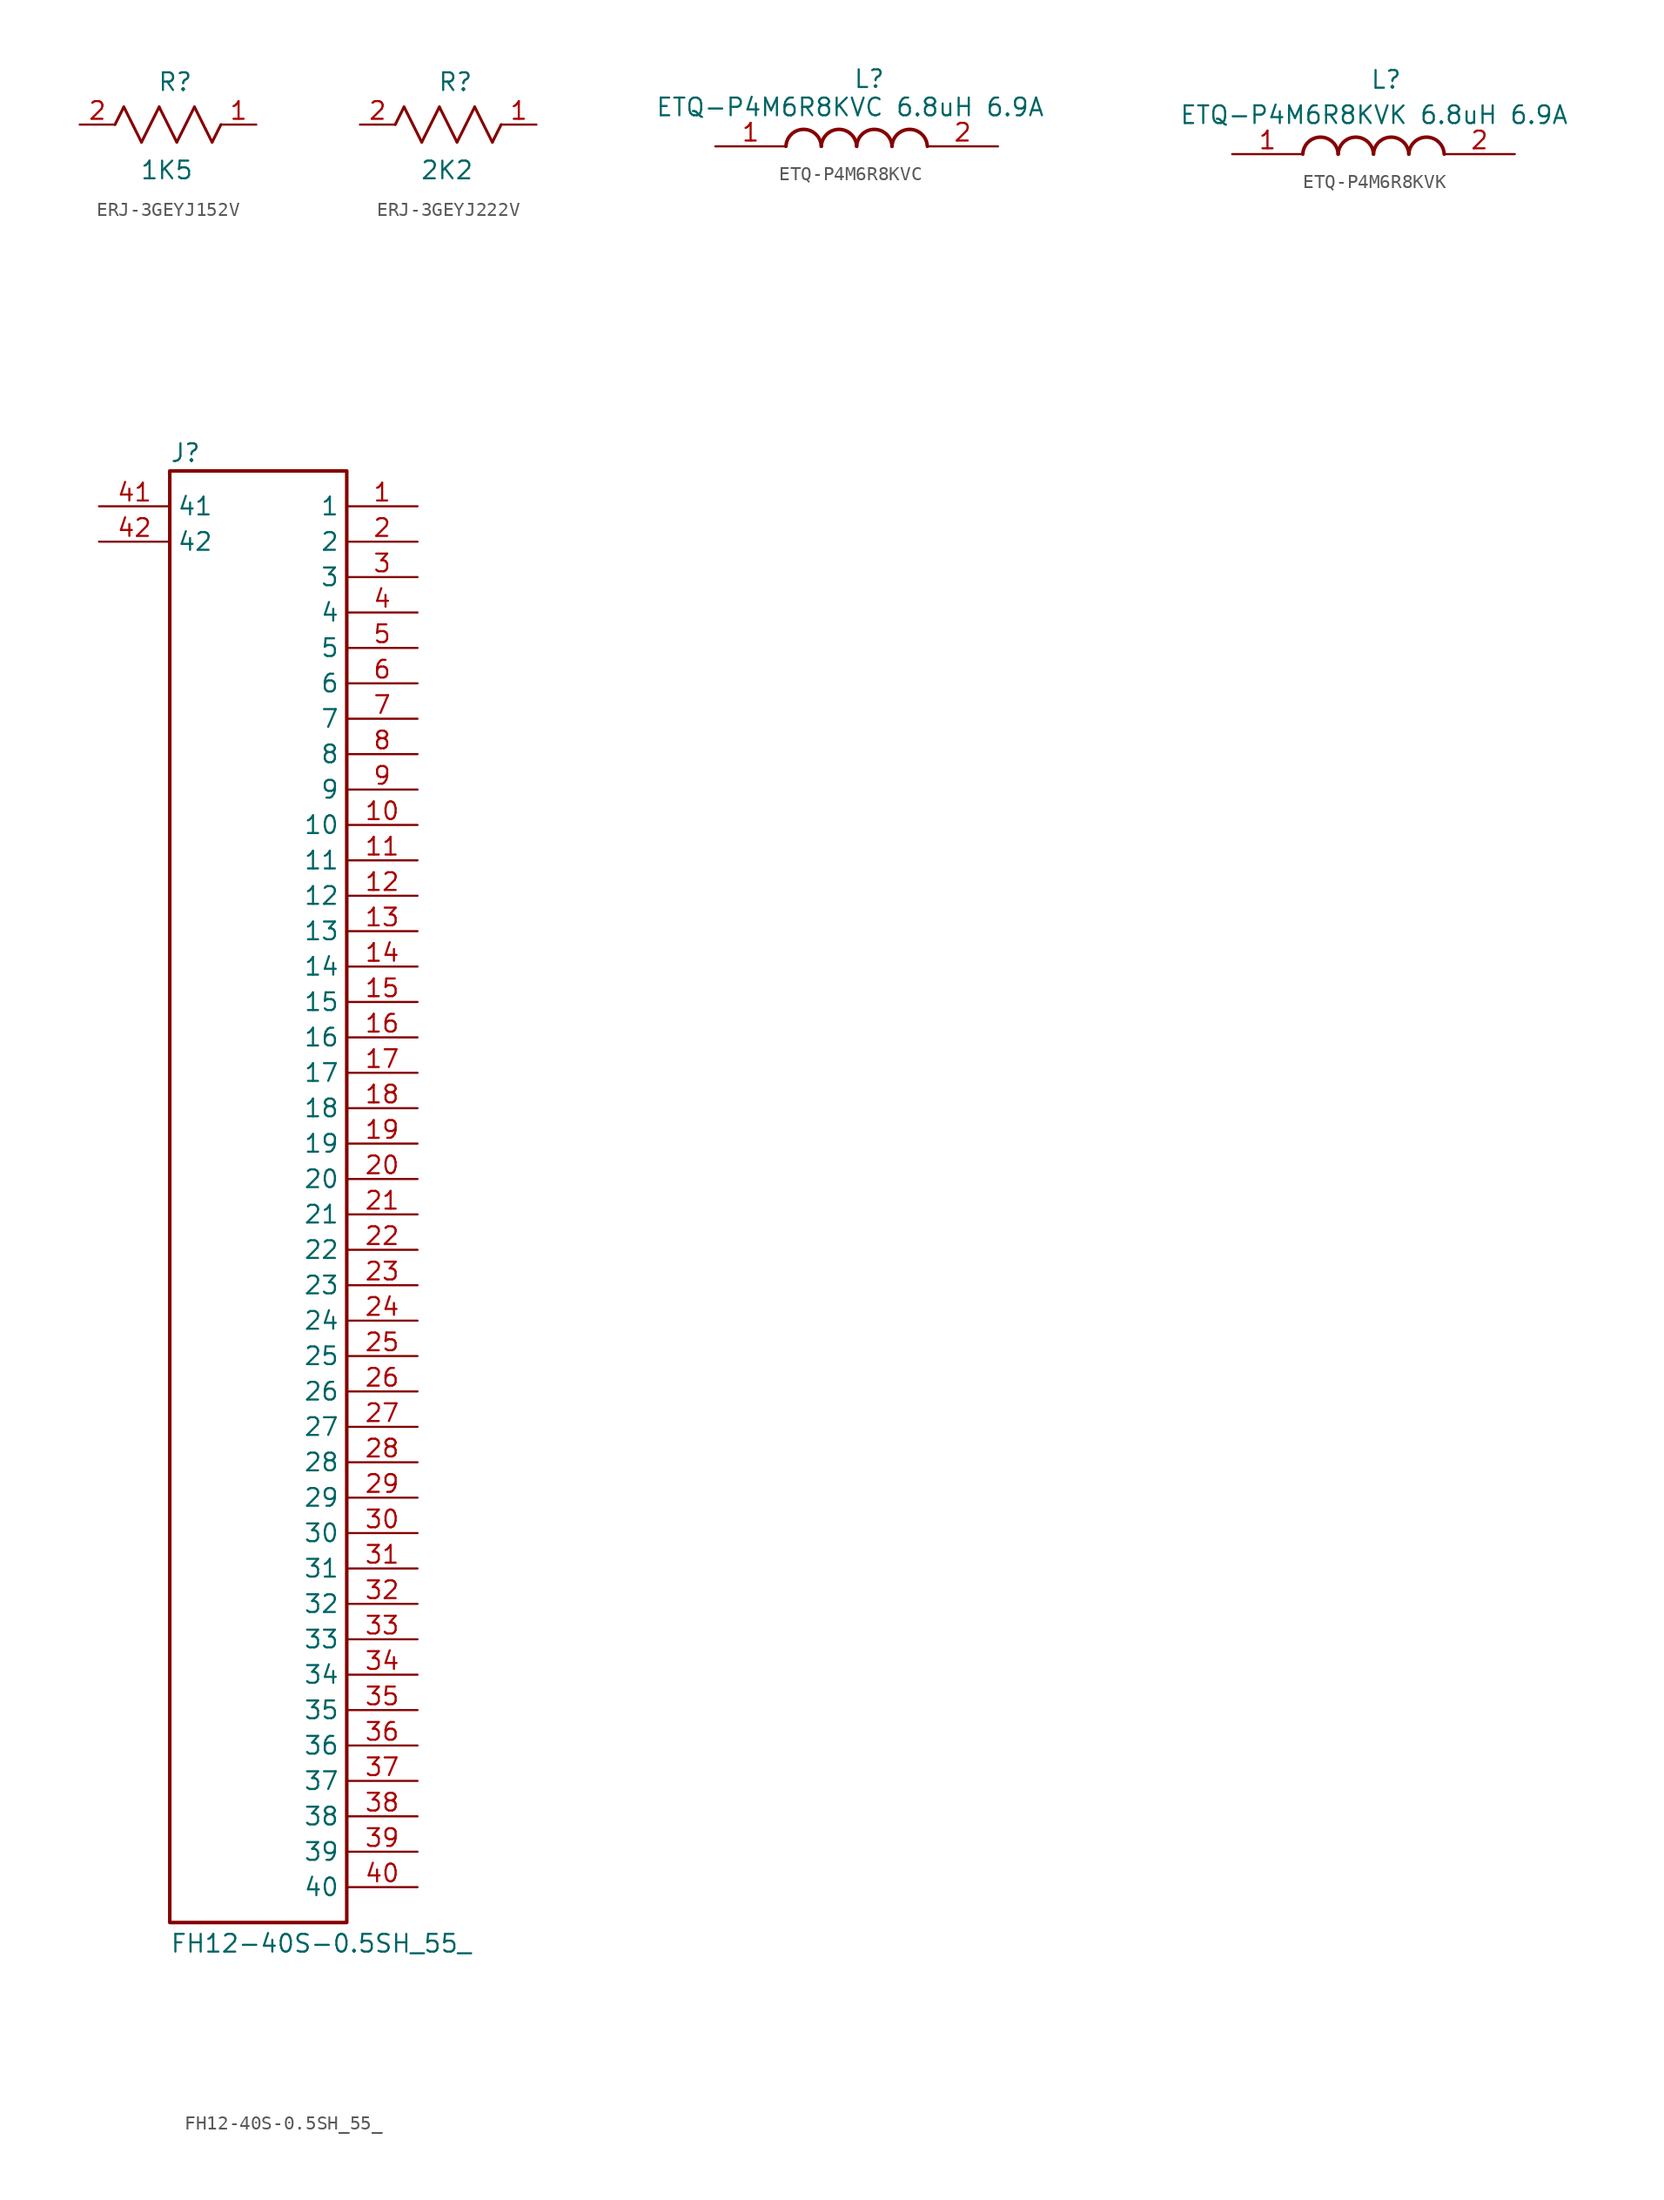
<source format=kicad_sym>
(kicad_symbol_lib
  (version 20241209)
  (generator "kicad_symbol_editor")
  (generator_version "9.0")
  (symbol "ERJ-3GEYJ152V"
    (pin_names
      (hide yes))
    (property "Reference" "R"
      (at -0.762 3.81 0)
      (effects (font (size 1.27 1.27)) (justify left top)))
    (property "Value" "1K5"
      (at -2.032 -2.54 0)
      (effects (font (size 1.27 1.27)) (justify left top)))
    (symbol "ERJ-3GEYJ152V_1_1"
      (polyline (pts (xy -3.81 0) (xy -3.175 1.27)) (stroke (width 0.203) (type default)) (fill (type none)))
      (polyline (pts (xy -3.175 1.27) (xy -1.905 -1.27)) (stroke (width 0.203) (type default)) (fill (type none)))
      (polyline (pts (xy -1.905 -1.27) (xy -0.635 1.27)) (stroke (width 0.203) (type default)) (fill (type none)))
      (polyline (pts (xy -0.635 1.27) (xy 0.635 -1.27)) (stroke (width 0.203) (type default)) (fill (type none)))
      (polyline (pts (xy 0.635 -1.27) (xy 1.905 1.27)) (stroke (width 0.203) (type default)) (fill (type none)))
      (polyline (pts (xy 1.905 1.27) (xy 3.175 -1.27)) (stroke (width 0.203) (type default)) (fill (type none)))
      (polyline (pts (xy 3.175 -1.27) (xy 3.81 0)) (stroke (width 0.203) (type default)) (fill (type none)))
      (pin passive line (at -6.35 0 0) (length 2.54) (name "" (effects (font (size 1.27 1.27)))) (number "2" (effects (font (size 1.27 1.27)))))
      (pin passive line (at 6.35 0 180) (length 2.54) (name "" (effects (font (size 1.27 1.27)))) (number "1" (effects (font (size 1.27 1.27)))))))
  (symbol "ERJ-3GEYJ222V"
    (pin_names
      (hide yes))
    (property "Reference" "R"
      (at -0.762 3.81 0)
      (effects (font (size 1.27 1.27)) (justify left top)))
    (property "Value" "2K2"
      (at -2.032 -2.54 0)
      (effects (font (size 1.27 1.27)) (justify left top)))
    (symbol "ERJ-3GEYJ222V_1_1"
      (polyline (pts (xy -3.81 0) (xy -3.175 1.27)) (stroke (width 0.203) (type default)) (fill (type none)))
      (polyline (pts (xy -3.175 1.27) (xy -1.905 -1.27)) (stroke (width 0.203) (type default)) (fill (type none)))
      (polyline (pts (xy -1.905 -1.27) (xy -0.635 1.27)) (stroke (width 0.203) (type default)) (fill (type none)))
      (polyline (pts (xy -0.635 1.27) (xy 0.635 -1.27)) (stroke (width 0.203) (type default)) (fill (type none)))
      (polyline (pts (xy 0.635 -1.27) (xy 1.905 1.27)) (stroke (width 0.203) (type default)) (fill (type none)))
      (polyline (pts (xy 1.905 1.27) (xy 3.175 -1.27)) (stroke (width 0.203) (type default)) (fill (type none)))
      (polyline (pts (xy 3.175 -1.27) (xy 3.81 0)) (stroke (width 0.203) (type default)) (fill (type none)))
      (pin passive line (at -6.35 0 0) (length 2.54) (name "" (effects (font (size 1.27 1.27)))) (number "2" (effects (font (size 1.27 1.27)))))
      (pin passive line (at 6.35 0 180) (length 2.54) (name "" (effects (font (size 1.27 1.27)))) (number "1" (effects (font (size 1.27 1.27)))))))
  (symbol "ETQ-P4M6R8KVC"
    (pin_names
      (hide yes))
    (property "Reference" "L"
      (at 9.906 5.588 0)
      (effects (font (size 1.27 1.27)) (justify left top)))
    (property "Value" "ETQ-P4M6R8KVC 6.8uH 6.9A"
      (at -4.318 3.556 0)
      (effects (font (size 1.27 1.27)) (justify left top)))
    (symbol "ETQ-P4M6R8KVC_1_1"
      (arc (start 5.08 0) (mid 6.35 1.219) (end 7.62 0) (stroke (width 0.254) (type default)) (fill (type none)))
      (arc (start 7.62 0) (mid 8.89 1.219) (end 10.16 0) (stroke (width 0.254) (type default)) (fill (type none)))
      (arc (start 10.16 0) (mid 11.43 1.219) (end 12.7 0) (stroke (width 0.254) (type default)) (fill (type none)))
      (arc (start 12.7 0) (mid 13.97 1.219) (end 15.24 0) (stroke (width 0.254) (type default)) (fill (type none)))
      (pin passive line (at 0 0 0) (length 5.08) (name "1" (effects (font (size 1.27 1.27)))) (number "1" (effects (font (size 1.27 1.27)))))
      (pin passive line (at 20.32 0 180) (length 5.08) (name "2" (effects (font (size 1.27 1.27)))) (number "2" (effects (font (size 1.27 1.27)))))))
  (symbol "ETQ-P4M6R8KVK"
    (pin_names
      (hide yes))
    (property "Reference" "L"
      (at 9.906 6.096 0)
      (effects (font (size 1.27 1.27)) (justify left top)))
    (property "Value" "ETQ-P4M6R8KVK 6.8uH 6.9A"
      (at -3.81 3.556 0)
      (effects (font (size 1.27 1.27)) (justify left top)))
    (symbol "ETQ-P4M6R8KVK_1_1"
      (arc (start 5.08 0) (mid 6.35 1.219) (end 7.62 0) (stroke (width 0.254) (type default)) (fill (type none)))
      (arc (start 7.62 0) (mid 8.89 1.219) (end 10.16 0) (stroke (width 0.254) (type default)) (fill (type none)))
      (arc (start 10.16 0) (mid 11.43 1.219) (end 12.7 0) (stroke (width 0.254) (type default)) (fill (type none)))
      (arc (start 12.7 0) (mid 13.97 1.219) (end 15.24 0) (stroke (width 0.254) (type default)) (fill (type none)))
      (pin passive line (at 0 0 0) (length 5.08) (name "1" (effects (font (size 1.27 1.27)))) (number "1" (effects (font (size 1.27 1.27)))))
      (pin passive line (at 20.32 0 180) (length 5.08) (name "2" (effects (font (size 1.27 1.27)))) (number "2" (effects (font (size 1.27 1.27)))))))
  (symbol "FH12-40S-0.5SH_55_"
    (property "Reference" "J"
      (at -6.35 52.832 0)
      (effects (font (size 1.27 1.27)) (justify left top)))
    (property "Value" "FH12-40S-0.5SH_55_"
      (at -6.35 -54.102 0)
      (effects (font (size 1.27 1.27)) (justify left top)))
    (symbol "FH12-40S-0.5SH_55__1_1"
      (rectangle (start -6.35 50.8) (end 6.35 -53.34) (stroke (width 0.254) (type default)) (fill (type none)))
      (pin passive line (at -11.43 48.26 0) (length 5.08) (name "41" (effects (font (size 1.27 1.27)))) (number "41" (effects (font (size 1.27 1.27)))))
      (pin passive line (at -11.43 45.72 0) (length 5.08) (name "42" (effects (font (size 1.27 1.27)))) (number "42" (effects (font (size 1.27 1.27)))))
      (pin passive line (at 11.43 48.26 180) (length 5.08) (name "1" (effects (font (size 1.27 1.27)))) (number "1" (effects (font (size 1.27 1.27)))))
      (pin passive line (at 11.43 45.72 180) (length 5.08) (name "2" (effects (font (size 1.27 1.27)))) (number "2" (effects (font (size 1.27 1.27)))))
      (pin passive line (at 11.43 43.18 180) (length 5.08) (name "3" (effects (font (size 1.27 1.27)))) (number "3" (effects (font (size 1.27 1.27)))))
      (pin passive line (at 11.43 40.64 180) (length 5.08) (name "4" (effects (font (size 1.27 1.27)))) (number "4" (effects (font (size 1.27 1.27)))))
      (pin passive line (at 11.43 38.1 180) (length 5.08) (name "5" (effects (font (size 1.27 1.27)))) (number "5" (effects (font (size 1.27 1.27)))))
      (pin passive line (at 11.43 35.56 180) (length 5.08) (name "6" (effects (font (size 1.27 1.27)))) (number "6" (effects (font (size 1.27 1.27)))))
      (pin passive line (at 11.43 33.02 180) (length 5.08) (name "7" (effects (font (size 1.27 1.27)))) (number "7" (effects (font (size 1.27 1.27)))))
      (pin passive line (at 11.43 30.48 180) (length 5.08) (name "8" (effects (font (size 1.27 1.27)))) (number "8" (effects (font (size 1.27 1.27)))))
      (pin passive line (at 11.43 27.94 180) (length 5.08) (name "9" (effects (font (size 1.27 1.27)))) (number "9" (effects (font (size 1.27 1.27)))))
      (pin passive line (at 11.43 25.4 180) (length 5.08) (name "10" (effects (font (size 1.27 1.27)))) (number "10" (effects (font (size 1.27 1.27)))))
      (pin passive line (at 11.43 22.86 180) (length 5.08) (name "11" (effects (font (size 1.27 1.27)))) (number "11" (effects (font (size 1.27 1.27)))))
      (pin passive line (at 11.43 20.32 180) (length 5.08) (name "12" (effects (font (size 1.27 1.27)))) (number "12" (effects (font (size 1.27 1.27)))))
      (pin passive line (at 11.43 17.78 180) (length 5.08) (name "13" (effects (font (size 1.27 1.27)))) (number "13" (effects (font (size 1.27 1.27)))))
      (pin passive line (at 11.43 15.24 180) (length 5.08) (name "14" (effects (font (size 1.27 1.27)))) (number "14" (effects (font (size 1.27 1.27)))))
      (pin passive line (at 11.43 12.7 180) (length 5.08) (name "15" (effects (font (size 1.27 1.27)))) (number "15" (effects (font (size 1.27 1.27)))))
      (pin passive line (at 11.43 10.16 180) (length 5.08) (name "16" (effects (font (size 1.27 1.27)))) (number "16" (effects (font (size 1.27 1.27)))))
      (pin passive line (at 11.43 7.62 180) (length 5.08) (name "17" (effects (font (size 1.27 1.27)))) (number "17" (effects (font (size 1.27 1.27)))))
      (pin passive line (at 11.43 5.08 180) (length 5.08) (name "18" (effects (font (size 1.27 1.27)))) (number "18" (effects (font (size 1.27 1.27)))))
      (pin passive line (at 11.43 2.54 180) (length 5.08) (name "19" (effects (font (size 1.27 1.27)))) (number "19" (effects (font (size 1.27 1.27)))))
      (pin passive line (at 11.43 0 180) (length 5.08) (name "20" (effects (font (size 1.27 1.27)))) (number "20" (effects (font (size 1.27 1.27)))))
      (pin passive line (at 11.43 -2.54 180) (length 5.08) (name "21" (effects (font (size 1.27 1.27)))) (number "21" (effects (font (size 1.27 1.27)))))
      (pin passive line (at 11.43 -5.08 180) (length 5.08) (name "22" (effects (font (size 1.27 1.27)))) (number "22" (effects (font (size 1.27 1.27)))))
      (pin passive line (at 11.43 -7.62 180) (length 5.08) (name "23" (effects (font (size 1.27 1.27)))) (number "23" (effects (font (size 1.27 1.27)))))
      (pin passive line (at 11.43 -10.16 180) (length 5.08) (name "24" (effects (font (size 1.27 1.27)))) (number "24" (effects (font (size 1.27 1.27)))))
      (pin passive line (at 11.43 -12.7 180) (length 5.08) (name "25" (effects (font (size 1.27 1.27)))) (number "25" (effects (font (size 1.27 1.27)))))
      (pin passive line (at 11.43 -15.24 180) (length 5.08) (name "26" (effects (font (size 1.27 1.27)))) (number "26" (effects (font (size 1.27 1.27)))))
      (pin passive line (at 11.43 -17.78 180) (length 5.08) (name "27" (effects (font (size 1.27 1.27)))) (number "27" (effects (font (size 1.27 1.27)))))
      (pin passive line (at 11.43 -20.32 180) (length 5.08) (name "28" (effects (font (size 1.27 1.27)))) (number "28" (effects (font (size 1.27 1.27)))))
      (pin passive line (at 11.43 -22.86 180) (length 5.08) (name "29" (effects (font (size 1.27 1.27)))) (number "29" (effects (font (size 1.27 1.27)))))
      (pin passive line (at 11.43 -25.4 180) (length 5.08) (name "30" (effects (font (size 1.27 1.27)))) (number "30" (effects (font (size 1.27 1.27)))))
      (pin passive line (at 11.43 -27.94 180) (length 5.08) (name "31" (effects (font (size 1.27 1.27)))) (number "31" (effects (font (size 1.27 1.27)))))
      (pin passive line (at 11.43 -30.48 180) (length 5.08) (name "32" (effects (font (size 1.27 1.27)))) (number "32" (effects (font (size 1.27 1.27)))))
      (pin passive line (at 11.43 -33.02 180) (length 5.08) (name "33" (effects (font (size 1.27 1.27)))) (number "33" (effects (font (size 1.27 1.27)))))
      (pin passive line (at 11.43 -35.56 180) (length 5.08) (name "34" (effects (font (size 1.27 1.27)))) (number "34" (effects (font (size 1.27 1.27)))))
      (pin passive line (at 11.43 -38.1 180) (length 5.08) (name "35" (effects (font (size 1.27 1.27)))) (number "35" (effects (font (size 1.27 1.27)))))
      (pin passive line (at 11.43 -40.64 180) (length 5.08) (name "36" (effects (font (size 1.27 1.27)))) (number "36" (effects (font (size 1.27 1.27)))))
      (pin passive line (at 11.43 -43.18 180) (length 5.08) (name "37" (effects (font (size 1.27 1.27)))) (number "37" (effects (font (size 1.27 1.27)))))
      (pin passive line (at 11.43 -45.72 180) (length 5.08) (name "38" (effects (font (size 1.27 1.27)))) (number "38" (effects (font (size 1.27 1.27)))))
      (pin passive line (at 11.43 -48.26 180) (length 5.08) (name "39" (effects (font (size 1.27 1.27)))) (number "39" (effects (font (size 1.27 1.27)))))
      (pin passive line (at 11.43 -50.8 180) (length 5.08) (name "40" (effects (font (size 1.27 1.27)))) (number "40" (effects (font (size 1.27 1.27))))))))
</source>
